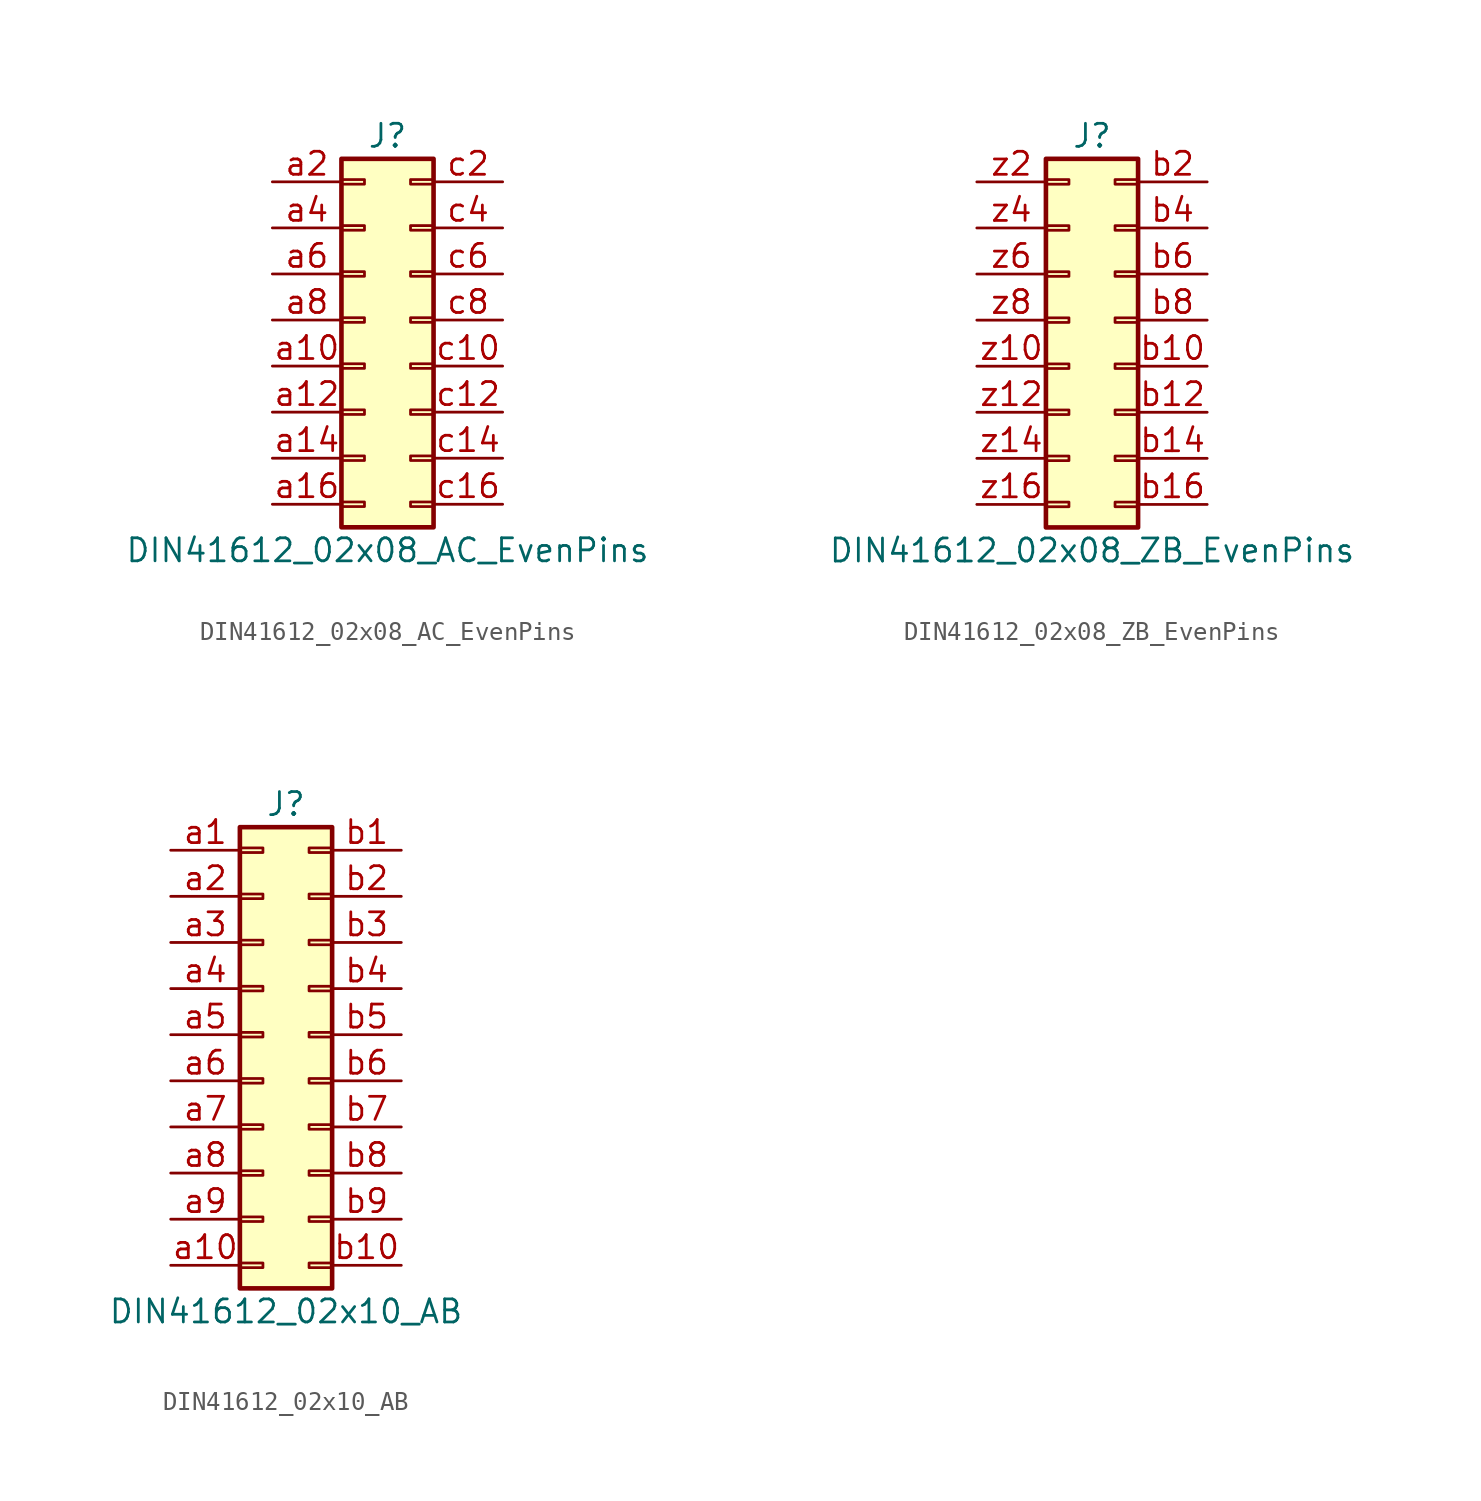
<source format=kicad_sym>
(kicad_symbol_lib
  (version 20201005)
  (generator kicad_symbol_editor)
  (symbol "Connector:DIN41612_02x08_AC_EvenPins"
    (pin_names
      (offset 1.016) hide)
    (property "Reference" "J"
      (at 1.27 10.16 0)
      (effects (font (size 1.27 1.27))))
    (property "Value" "DIN41612_02x08_AC_EvenPins"
      (at 1.27 -12.7 0)
      (effects (font (size 1.27 1.27))))
    (symbol "DIN41612_02x08_AC_EvenPins_1_1"
      (rectangle (start -1.27 -10.033) (end 0 -10.287) (stroke (width 0.152)) (fill (type none)))
      (rectangle (start -1.27 -7.493) (end 0 -7.747) (stroke (width 0.152)) (fill (type none)))
      (rectangle (start -1.27 -4.953) (end 0 -5.207) (stroke (width 0.152)) (fill (type none)))
      (rectangle (start -1.27 -2.413) (end 0 -2.667) (stroke (width 0.152)) (fill (type none)))
      (rectangle (start -1.27 0.127) (end 0 -0.127) (stroke (width 0.152)) (fill (type none)))
      (rectangle (start -1.27 2.667) (end 0 2.413) (stroke (width 0.152)) (fill (type none)))
      (rectangle (start -1.27 5.207) (end 0 4.953) (stroke (width 0.152)) (fill (type none)))
      (rectangle (start -1.27 7.747) (end 0 7.493) (stroke (width 0.152)) (fill (type none)))
      (rectangle (start 3.81 -10.033) (end 2.54 -10.287) (stroke (width 0.152)) (fill (type none)))
      (rectangle (start 3.81 -7.493) (end 2.54 -7.747) (stroke (width 0.152)) (fill (type none)))
      (rectangle (start 3.81 -4.953) (end 2.54 -5.207) (stroke (width 0.152)) (fill (type none)))
      (rectangle (start 3.81 -2.413) (end 2.54 -2.667) (stroke (width 0.152)) (fill (type none)))
      (rectangle (start 3.81 0.127) (end 2.54 -0.127) (stroke (width 0.152)) (fill (type none)))
      (rectangle (start 3.81 2.667) (end 2.54 2.413) (stroke (width 0.152)) (fill (type none)))
      (rectangle (start 3.81 5.207) (end 2.54 4.953) (stroke (width 0.152)) (fill (type none)))
      (rectangle (start 3.81 7.747) (end 2.54 7.493) (stroke (width 0.152)) (fill (type none)))
      (rectangle (start -1.27 8.89) (end 3.81 -11.43) (stroke (width 0.254)) (fill (type background)))
      (pin passive line (at -5.08 -2.54 0) (length 3.81) (name "Pin_a10" (effects (font (size 1.27 1.27)))) (number "a10" (effects (font (size 1.27 1.27)))))
      (pin passive line (at -5.08 -5.08 0) (length 3.81) (name "Pin_a12" (effects (font (size 1.27 1.27)))) (number "a12" (effects (font (size 1.27 1.27)))))
      (pin passive line (at -5.08 -7.62 0) (length 3.81) (name "Pin_a14" (effects (font (size 1.27 1.27)))) (number "a14" (effects (font (size 1.27 1.27)))))
      (pin passive line (at -5.08 -10.16 0) (length 3.81) (name "Pin_a16" (effects (font (size 1.27 1.27)))) (number "a16" (effects (font (size 1.27 1.27)))))
      (pin passive line (at -5.08 7.62 0) (length 3.81) (name "Pin_a2" (effects (font (size 1.27 1.27)))) (number "a2" (effects (font (size 1.27 1.27)))))
      (pin passive line (at -5.08 5.08 0) (length 3.81) (name "Pin_a4" (effects (font (size 1.27 1.27)))) (number "a4" (effects (font (size 1.27 1.27)))))
      (pin passive line (at -5.08 2.54 0) (length 3.81) (name "Pin_a6" (effects (font (size 1.27 1.27)))) (number "a6" (effects (font (size 1.27 1.27)))))
      (pin passive line (at -5.08 0 0) (length 3.81) (name "Pin_a8" (effects (font (size 1.27 1.27)))) (number "a8" (effects (font (size 1.27 1.27)))))
      (pin passive line (at 7.62 -2.54 180) (length 3.81) (name "Pin_c10" (effects (font (size 1.27 1.27)))) (number "c10" (effects (font (size 1.27 1.27)))))
      (pin passive line (at 7.62 -5.08 180) (length 3.81) (name "Pin_c12" (effects (font (size 1.27 1.27)))) (number "c12" (effects (font (size 1.27 1.27)))))
      (pin passive line (at 7.62 -7.62 180) (length 3.81) (name "Pin_c14" (effects (font (size 1.27 1.27)))) (number "c14" (effects (font (size 1.27 1.27)))))
      (pin passive line (at 7.62 -10.16 180) (length 3.81) (name "Pin_c16" (effects (font (size 1.27 1.27)))) (number "c16" (effects (font (size 1.27 1.27)))))
      (pin passive line (at 7.62 7.62 180) (length 3.81) (name "Pin_c2" (effects (font (size 1.27 1.27)))) (number "c2" (effects (font (size 1.27 1.27)))))
      (pin passive line (at 7.62 5.08 180) (length 3.81) (name "Pin_c4" (effects (font (size 1.27 1.27)))) (number "c4" (effects (font (size 1.27 1.27)))))
      (pin passive line (at 7.62 2.54 180) (length 3.81) (name "Pin_c6" (effects (font (size 1.27 1.27)))) (number "c6" (effects (font (size 1.27 1.27)))))
      (pin passive line (at 7.62 0 180) (length 3.81) (name "Pin_c8" (effects (font (size 1.27 1.27)))) (number "c8" (effects (font (size 1.27 1.27)))))))
  (symbol "Connector:DIN41612_02x08_ZB_EvenPins"
    (pin_names
      (offset 1.016) hide)
    (property "Reference" "J"
      (at 1.27 10.16 0)
      (effects (font (size 1.27 1.27))))
    (property "Value" "DIN41612_02x08_ZB_EvenPins"
      (at 1.27 -12.7 0)
      (effects (font (size 1.27 1.27))))
    (symbol "DIN41612_02x08_ZB_EvenPins_1_1"
      (rectangle (start -1.27 -10.033) (end 0 -10.287) (stroke (width 0.152)) (fill (type none)))
      (rectangle (start -1.27 -7.493) (end 0 -7.747) (stroke (width 0.152)) (fill (type none)))
      (rectangle (start -1.27 -4.953) (end 0 -5.207) (stroke (width 0.152)) (fill (type none)))
      (rectangle (start -1.27 -2.413) (end 0 -2.667) (stroke (width 0.152)) (fill (type none)))
      (rectangle (start -1.27 0.127) (end 0 -0.127) (stroke (width 0.152)) (fill (type none)))
      (rectangle (start -1.27 2.667) (end 0 2.413) (stroke (width 0.152)) (fill (type none)))
      (rectangle (start -1.27 5.207) (end 0 4.953) (stroke (width 0.152)) (fill (type none)))
      (rectangle (start -1.27 7.747) (end 0 7.493) (stroke (width 0.152)) (fill (type none)))
      (rectangle (start 3.81 -10.033) (end 2.54 -10.287) (stroke (width 0.152)) (fill (type none)))
      (rectangle (start 3.81 -7.493) (end 2.54 -7.747) (stroke (width 0.152)) (fill (type none)))
      (rectangle (start 3.81 -4.953) (end 2.54 -5.207) (stroke (width 0.152)) (fill (type none)))
      (rectangle (start 3.81 -2.413) (end 2.54 -2.667) (stroke (width 0.152)) (fill (type none)))
      (rectangle (start 3.81 0.127) (end 2.54 -0.127) (stroke (width 0.152)) (fill (type none)))
      (rectangle (start 3.81 2.667) (end 2.54 2.413) (stroke (width 0.152)) (fill (type none)))
      (rectangle (start 3.81 5.207) (end 2.54 4.953) (stroke (width 0.152)) (fill (type none)))
      (rectangle (start 3.81 7.747) (end 2.54 7.493) (stroke (width 0.152)) (fill (type none)))
      (rectangle (start -1.27 8.89) (end 3.81 -11.43) (stroke (width 0.254)) (fill (type background)))
      (pin passive line (at 7.62 -2.54 180) (length 3.81) (name "Pin_b10" (effects (font (size 1.27 1.27)))) (number "b10" (effects (font (size 1.27 1.27)))))
      (pin passive line (at 7.62 -5.08 180) (length 3.81) (name "Pin_b12" (effects (font (size 1.27 1.27)))) (number "b12" (effects (font (size 1.27 1.27)))))
      (pin passive line (at 7.62 -7.62 180) (length 3.81) (name "Pin_b14" (effects (font (size 1.27 1.27)))) (number "b14" (effects (font (size 1.27 1.27)))))
      (pin passive line (at 7.62 -10.16 180) (length 3.81) (name "Pin_b16" (effects (font (size 1.27 1.27)))) (number "b16" (effects (font (size 1.27 1.27)))))
      (pin passive line (at 7.62 7.62 180) (length 3.81) (name "Pin_b2" (effects (font (size 1.27 1.27)))) (number "b2" (effects (font (size 1.27 1.27)))))
      (pin passive line (at 7.62 5.08 180) (length 3.81) (name "Pin_b4" (effects (font (size 1.27 1.27)))) (number "b4" (effects (font (size 1.27 1.27)))))
      (pin passive line (at 7.62 2.54 180) (length 3.81) (name "Pin_b6" (effects (font (size 1.27 1.27)))) (number "b6" (effects (font (size 1.27 1.27)))))
      (pin passive line (at 7.62 0 180) (length 3.81) (name "Pin_b8" (effects (font (size 1.27 1.27)))) (number "b8" (effects (font (size 1.27 1.27)))))
      (pin passive line (at -5.08 -2.54 0) (length 3.81) (name "Pin_z10" (effects (font (size 1.27 1.27)))) (number "z10" (effects (font (size 1.27 1.27)))))
      (pin passive line (at -5.08 -5.08 0) (length 3.81) (name "Pin_z12" (effects (font (size 1.27 1.27)))) (number "z12" (effects (font (size 1.27 1.27)))))
      (pin passive line (at -5.08 -7.62 0) (length 3.81) (name "Pin_z14" (effects (font (size 1.27 1.27)))) (number "z14" (effects (font (size 1.27 1.27)))))
      (pin passive line (at -5.08 -10.16 0) (length 3.81) (name "Pin_z16" (effects (font (size 1.27 1.27)))) (number "z16" (effects (font (size 1.27 1.27)))))
      (pin passive line (at -5.08 7.62 0) (length 3.81) (name "Pin_z2" (effects (font (size 1.27 1.27)))) (number "z2" (effects (font (size 1.27 1.27)))))
      (pin passive line (at -5.08 5.08 0) (length 3.81) (name "Pin_z4" (effects (font (size 1.27 1.27)))) (number "z4" (effects (font (size 1.27 1.27)))))
      (pin passive line (at -5.08 2.54 0) (length 3.81) (name "Pin_z6" (effects (font (size 1.27 1.27)))) (number "z6" (effects (font (size 1.27 1.27)))))
      (pin passive line (at -5.08 0 0) (length 3.81) (name "Pin_z8" (effects (font (size 1.27 1.27)))) (number "z8" (effects (font (size 1.27 1.27)))))))
  (symbol "Connector:DIN41612_02x10_AB"
    (pin_names
      (offset 1.016) hide)
    (property "Reference" "J"
      (at 1.27 12.7 0)
      (effects (font (size 1.27 1.27))))
    (property "Value" "DIN41612_02x10_AB"
      (at 1.27 -15.24 0)
      (effects (font (size 1.27 1.27))))
    (symbol "DIN41612_02x10_AB_1_1"
      (rectangle (start -1.27 -12.573) (end 0 -12.827) (stroke (width 0.152)) (fill (type none)))
      (rectangle (start -1.27 -10.033) (end 0 -10.287) (stroke (width 0.152)) (fill (type none)))
      (rectangle (start -1.27 -7.493) (end 0 -7.747) (stroke (width 0.152)) (fill (type none)))
      (rectangle (start -1.27 -4.953) (end 0 -5.207) (stroke (width 0.152)) (fill (type none)))
      (rectangle (start -1.27 -2.413) (end 0 -2.667) (stroke (width 0.152)) (fill (type none)))
      (rectangle (start -1.27 0.127) (end 0 -0.127) (stroke (width 0.152)) (fill (type none)))
      (rectangle (start -1.27 2.667) (end 0 2.413) (stroke (width 0.152)) (fill (type none)))
      (rectangle (start -1.27 5.207) (end 0 4.953) (stroke (width 0.152)) (fill (type none)))
      (rectangle (start -1.27 7.747) (end 0 7.493) (stroke (width 0.152)) (fill (type none)))
      (rectangle (start -1.27 10.287) (end 0 10.033) (stroke (width 0.152)) (fill (type none)))
      (rectangle (start 3.81 -12.573) (end 2.54 -12.827) (stroke (width 0.152)) (fill (type none)))
      (rectangle (start 3.81 -10.033) (end 2.54 -10.287) (stroke (width 0.152)) (fill (type none)))
      (rectangle (start 3.81 -7.493) (end 2.54 -7.747) (stroke (width 0.152)) (fill (type none)))
      (rectangle (start 3.81 -4.953) (end 2.54 -5.207) (stroke (width 0.152)) (fill (type none)))
      (rectangle (start 3.81 -2.413) (end 2.54 -2.667) (stroke (width 0.152)) (fill (type none)))
      (rectangle (start 3.81 0.127) (end 2.54 -0.127) (stroke (width 0.152)) (fill (type none)))
      (rectangle (start 3.81 2.667) (end 2.54 2.413) (stroke (width 0.152)) (fill (type none)))
      (rectangle (start 3.81 5.207) (end 2.54 4.953) (stroke (width 0.152)) (fill (type none)))
      (rectangle (start 3.81 7.747) (end 2.54 7.493) (stroke (width 0.152)) (fill (type none)))
      (rectangle (start 3.81 10.287) (end 2.54 10.033) (stroke (width 0.152)) (fill (type none)))
      (rectangle (start -1.27 11.43) (end 3.81 -13.97) (stroke (width 0.254)) (fill (type background)))
      (pin passive line (at -5.08 10.16 0) (length 3.81) (name "Pin_a1" (effects (font (size 1.27 1.27)))) (number "a1" (effects (font (size 1.27 1.27)))))
      (pin passive line (at -5.08 -12.7 0) (length 3.81) (name "Pin_a10" (effects (font (size 1.27 1.27)))) (number "a10" (effects (font (size 1.27 1.27)))))
      (pin passive line (at -5.08 7.62 0) (length 3.81) (name "Pin_a2" (effects (font (size 1.27 1.27)))) (number "a2" (effects (font (size 1.27 1.27)))))
      (pin passive line (at -5.08 5.08 0) (length 3.81) (name "Pin_a3" (effects (font (size 1.27 1.27)))) (number "a3" (effects (font (size 1.27 1.27)))))
      (pin passive line (at -5.08 2.54 0) (length 3.81) (name "Pin_a4" (effects (font (size 1.27 1.27)))) (number "a4" (effects (font (size 1.27 1.27)))))
      (pin passive line (at -5.08 0 0) (length 3.81) (name "Pin_a5" (effects (font (size 1.27 1.27)))) (number "a5" (effects (font (size 1.27 1.27)))))
      (pin passive line (at -5.08 -2.54 0) (length 3.81) (name "Pin_a6" (effects (font (size 1.27 1.27)))) (number "a6" (effects (font (size 1.27 1.27)))))
      (pin passive line (at -5.08 -5.08 0) (length 3.81) (name "Pin_a7" (effects (font (size 1.27 1.27)))) (number "a7" (effects (font (size 1.27 1.27)))))
      (pin passive line (at -5.08 -7.62 0) (length 3.81) (name "Pin_a8" (effects (font (size 1.27 1.27)))) (number "a8" (effects (font (size 1.27 1.27)))))
      (pin passive line (at -5.08 -10.16 0) (length 3.81) (name "Pin_a9" (effects (font (size 1.27 1.27)))) (number "a9" (effects (font (size 1.27 1.27)))))
      (pin passive line (at 7.62 10.16 180) (length 3.81) (name "Pin_b1" (effects (font (size 1.27 1.27)))) (number "b1" (effects (font (size 1.27 1.27)))))
      (pin passive line (at 7.62 -12.7 180) (length 3.81) (name "Pin_b10" (effects (font (size 1.27 1.27)))) (number "b10" (effects (font (size 1.27 1.27)))))
      (pin passive line (at 7.62 7.62 180) (length 3.81) (name "Pin_b2" (effects (font (size 1.27 1.27)))) (number "b2" (effects (font (size 1.27 1.27)))))
      (pin passive line (at 7.62 5.08 180) (length 3.81) (name "Pin_b3" (effects (font (size 1.27 1.27)))) (number "b3" (effects (font (size 1.27 1.27)))))
      (pin passive line (at 7.62 2.54 180) (length 3.81) (name "Pin_b4" (effects (font (size 1.27 1.27)))) (number "b4" (effects (font (size 1.27 1.27)))))
      (pin passive line (at 7.62 0 180) (length 3.81) (name "Pin_b5" (effects (font (size 1.27 1.27)))) (number "b5" (effects (font (size 1.27 1.27)))))
      (pin passive line (at 7.62 -2.54 180) (length 3.81) (name "Pin_b6" (effects (font (size 1.27 1.27)))) (number "b6" (effects (font (size 1.27 1.27)))))
      (pin passive line (at 7.62 -5.08 180) (length 3.81) (name "Pin_b7" (effects (font (size 1.27 1.27)))) (number "b7" (effects (font (size 1.27 1.27)))))
      (pin passive line (at 7.62 -7.62 180) (length 3.81) (name "Pin_b8" (effects (font (size 1.27 1.27)))) (number "b8" (effects (font (size 1.27 1.27)))))
      (pin passive line (at 7.62 -10.16 180) (length 3.81) (name "Pin_b9" (effects (font (size 1.27 1.27)))) (number "b9" (effects (font (size 1.27 1.27))))))))
</source>
